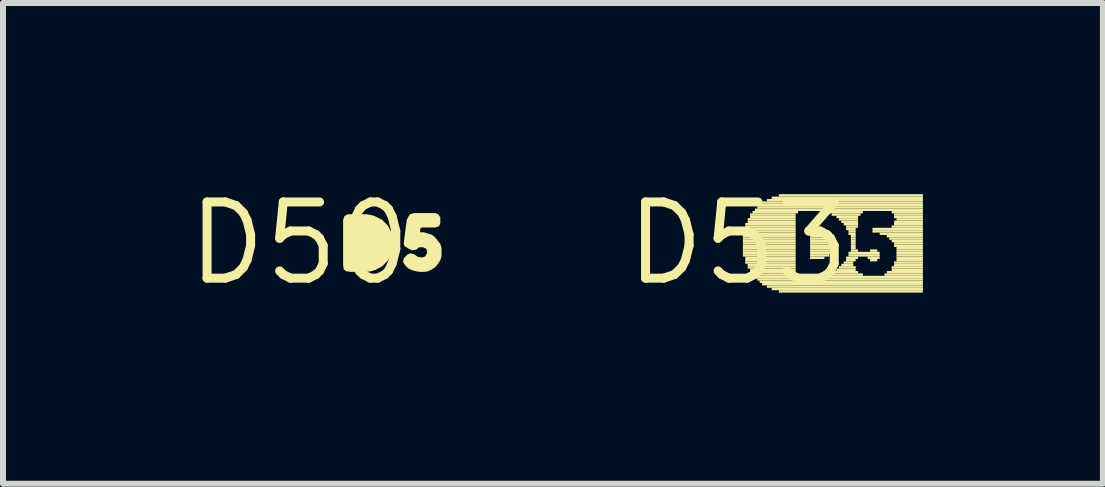
<source format=kicad_pcb>
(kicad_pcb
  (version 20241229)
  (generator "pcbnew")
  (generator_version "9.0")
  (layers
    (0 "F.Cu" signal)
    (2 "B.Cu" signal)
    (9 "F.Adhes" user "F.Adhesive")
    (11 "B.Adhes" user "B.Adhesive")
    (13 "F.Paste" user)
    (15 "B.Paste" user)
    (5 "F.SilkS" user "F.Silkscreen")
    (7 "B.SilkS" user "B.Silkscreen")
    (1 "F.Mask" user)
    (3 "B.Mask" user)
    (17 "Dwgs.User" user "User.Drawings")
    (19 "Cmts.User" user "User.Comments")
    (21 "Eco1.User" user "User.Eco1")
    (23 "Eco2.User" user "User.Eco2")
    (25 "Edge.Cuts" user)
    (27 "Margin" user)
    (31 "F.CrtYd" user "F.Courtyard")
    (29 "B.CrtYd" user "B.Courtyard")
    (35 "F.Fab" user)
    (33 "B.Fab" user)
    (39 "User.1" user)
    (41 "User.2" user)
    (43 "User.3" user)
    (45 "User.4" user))
  (footprint "D50"
    (layer "F.Cu")
    (at 1.943 1.006)
    (property "Reference" "D50" (at 0 0 0) (layer "F.SilkS") (effects (font (size 1.27 1.27) (thickness 0.15))))
    (fp_poly (pts (xy 1.181 -0.475) (xy 1.252 -0.455) (xy 1.373 -0.394) (xy 1.424 -0.344) (xy 1.474 -0.293) (xy 1.504 -0.232) (xy 1.535 -0.182) (xy 1.555 -0.111) (xy 1.565 -0.04) (xy 1.565 0.03) (xy 1.555 0.101) (xy 1.535 0.162) (xy 1.474 0.283) (xy 1.424 0.334) (xy 1.373 0.384) (xy 1.312 0.414) (xy 1.258 0.447) (xy 1.256 0.443) (xy 1.191 0.465) (xy 1.12 0.475) (xy 0.85 0.475) (xy 0.778 0.465) (xy 0.735 0.433) (xy 0.725 0.36) (xy 0.725 -0.391) (xy 0.746 -0.453) (xy 0.799 -0.485) (xy 1.12 -0.485)) (stroke (width 0) (type default)) (fill yes) (layer "F.SilkS"))
    (fp_poly (pts (xy 2.313 -0.484) (xy 2.345 -0.431) (xy 2.345 -0.339) (xy 2.324 -0.286) (xy 2.261 -0.265) (xy 2.051 -0.265) (xy 2.015 -0.256) (xy 2.006 -0.185) (xy 2.071 -0.185) (xy 2.131 -0.165) (xy 2.202 -0.145) (xy 2.254 -0.104) (xy 2.304 -0.043) (xy 2.345 0.008) (xy 2.365 0.079) (xy 2.365 0.211) (xy 2.345 0.282) (xy 2.304 0.343) (xy 2.263 0.394) (xy 2.203 0.434) (xy 2.142 0.465) (xy 2.08 0.475) (xy 2.01 0.475) (xy 1.939 0.465) (xy 1.868 0.445) (xy 1.807 0.414) (xy 1.756 0.363) (xy 1.725 0.311) (xy 1.735 0.248) (xy 1.797 0.186) (xy 1.85 0.165) (xy 1.912 0.185) (xy 1.972 0.225) (xy 2.04 0.235) (xy 2.096 0.216) (xy 2.125 0.159) (xy 2.115 0.093) (xy 2.059 0.065) (xy 1.992 0.065) (xy 1.942 0.105) (xy 1.879 0.115) (xy 1.808 0.084) (xy 1.746 0.043) (xy 1.735 0.000299) (xy 1.785 -0.391) (xy 1.806 -0.432) (xy 1.837 -0.484) (xy 1.909 -0.505) (xy 2.261 -0.505)) (stroke (width 0) (type default)) (fill yes) (layer "F.SilkS")))
  (footprint "D53"
    (layer "F.Cu")
    (at 9.25 1.006)
    (property "Reference" "D53" (at 0 0 0) (layer "F.SilkS") (effects (font (size 1.27 1.27) (thickness 0.15))))
    (fp_poly (pts (xy 0.08 -0.18) (xy 0.96 -0.18) (xy 0.96 -0.22) (xy 0.08 -0.22)) (stroke (width 0) (type default)) (fill yes) (layer "F.SilkS"))
    (fp_poly (pts (xy 0.08 -0.14) (xy 0.96 -0.14) (xy 0.96 -0.18) (xy 0.08 -0.18)) (stroke (width 0) (type default)) (fill yes) (layer "F.SilkS"))
    (fp_poly (pts (xy 0.08 -0.1) (xy 0.96 -0.1) (xy 0.96 -0.14) (xy 0.08 -0.14)) (stroke (width 0) (type default)) (fill yes) (layer "F.SilkS"))
    (fp_poly (pts (xy 0.08 -0.06) (xy 0.96 -0.06) (xy 0.96 -0.1) (xy 0.08 -0.1)) (stroke (width 0) (type default)) (fill yes) (layer "F.SilkS"))
    (fp_poly (pts (xy 0.08 -0.02) (xy 0.96 -0.02) (xy 0.96 -0.06) (xy 0.08 -0.06)) (stroke (width 0) (type default)) (fill yes) (layer "F.SilkS"))
    (fp_poly (pts (xy 0.08 0.02) (xy 0.96 0.02) (xy 0.96 -0.02) (xy 0.08 -0.02)) (stroke (width 0) (type default)) (fill yes) (layer "F.SilkS"))
    (fp_poly (pts (xy 0.08 0.06) (xy 0.96 0.06) (xy 0.96 0.02) (xy 0.08 0.02)) (stroke (width 0) (type default)) (fill yes) (layer "F.SilkS"))
    (fp_poly (pts (xy 0.08 0.1) (xy 0.96 0.1) (xy 0.96 0.06) (xy 0.08 0.06)) (stroke (width 0) (type default)) (fill yes) (layer "F.SilkS"))
    (fp_poly (pts (xy 0.08 0.14) (xy 0.96 0.14) (xy 0.96 0.1) (xy 0.08 0.1)) (stroke (width 0) (type default)) (fill yes) (layer "F.SilkS"))
    (fp_poly (pts (xy 0.08 0.18) (xy 0.96 0.18) (xy 0.96 0.14) (xy 0.08 0.14)) (stroke (width 0) (type default)) (fill yes) (layer "F.SilkS"))
    (fp_poly (pts (xy 0.08 0.22) (xy 0.96 0.22) (xy 0.96 0.18) (xy 0.08 0.18)) (stroke (width 0) (type default)) (fill yes) (layer "F.SilkS"))
    (fp_poly (pts (xy 0.12 -0.3) (xy 0.96 -0.3) (xy 0.96 -0.34) (xy 0.12 -0.34)) (stroke (width 0) (type default)) (fill yes) (layer "F.SilkS"))
    (fp_poly (pts (xy 0.12 -0.26) (xy 0.96 -0.26) (xy 0.96 -0.3) (xy 0.12 -0.3)) (stroke (width 0) (type default)) (fill yes) (layer "F.SilkS"))
    (fp_poly (pts (xy 0.12 -0.22) (xy 0.96 -0.22) (xy 0.96 -0.26) (xy 0.12 -0.26)) (stroke (width 0) (type default)) (fill yes) (layer "F.SilkS"))
    (fp_poly (pts (xy 0.12 0.26) (xy 0.96 0.26) (xy 0.96 0.22) (xy 0.12 0.22)) (stroke (width 0) (type default)) (fill yes) (layer "F.SilkS"))
    (fp_poly (pts (xy 0.12 0.3) (xy 0.96 0.3) (xy 0.96 0.26) (xy 0.12 0.26)) (stroke (width 0) (type default)) (fill yes) (layer "F.SilkS"))
    (fp_poly (pts (xy 0.12 0.34) (xy 0.96 0.34) (xy 0.96 0.3) (xy 0.12 0.3)) (stroke (width 0) (type default)) (fill yes) (layer "F.SilkS"))
    (fp_poly (pts (xy 0.16 -0.38) (xy 0.96 -0.38) (xy 0.96 -0.42) (xy 0.16 -0.42)) (stroke (width 0) (type default)) (fill yes) (layer "F.SilkS"))
    (fp_poly (pts (xy 0.16 -0.34) (xy 0.96 -0.34) (xy 0.96 -0.38) (xy 0.16 -0.38)) (stroke (width 0) (type default)) (fill yes) (layer "F.SilkS"))
    (fp_poly (pts (xy 0.16 0.38) (xy 0.96 0.38) (xy 0.96 0.34) (xy 0.16 0.34)) (stroke (width 0) (type default)) (fill yes) (layer "F.SilkS"))
    (fp_poly (pts (xy 0.16 0.42) (xy 0.96 0.42) (xy 0.96 0.38) (xy 0.16 0.38)) (stroke (width 0) (type default)) (fill yes) (layer "F.SilkS"))
    (fp_poly (pts (xy 0.2 -0.46) (xy 0.96 -0.46) (xy 0.96 -0.5) (xy 0.2 -0.5)) (stroke (width 0) (type default)) (fill yes) (layer "F.SilkS"))
    (fp_poly (pts (xy 0.2 -0.42) (xy 0.96 -0.42) (xy 0.96 -0.46) (xy 0.2 -0.46)) (stroke (width 0) (type default)) (fill yes) (layer "F.SilkS"))
    (fp_poly (pts (xy 0.2 0.46) (xy 0.96 0.46) (xy 0.96 0.42) (xy 0.2 0.42)) (stroke (width 0) (type default)) (fill yes) (layer "F.SilkS"))
    (fp_poly (pts (xy 0.2 0.5) (xy 0.96 0.5) (xy 0.96 0.46) (xy 0.2 0.46)) (stroke (width 0) (type default)) (fill yes) (layer "F.SilkS"))
    (fp_poly (pts (xy 0.24 -0.5) (xy 1 -0.5) (xy 1 -0.54) (xy 0.24 -0.54)) (stroke (width 0) (type default)) (fill yes) (layer "F.SilkS"))
    (fp_poly (pts (xy 0.24 0.54) (xy 1 0.54) (xy 1 0.5) (xy 0.24 0.5)) (stroke (width 0) (type default)) (fill yes) (layer "F.SilkS"))
    (fp_poly (pts (xy 0.28 -0.54) (xy 3.08 -0.54) (xy 3.08 -0.58) (xy 0.28 -0.58)) (stroke (width 0) (type default)) (fill yes) (layer "F.SilkS"))
    (fp_poly (pts (xy 0.28 0.58) (xy 3.08 0.58) (xy 3.08 0.54) (xy 0.28 0.54)) (stroke (width 0) (type default)) (fill yes) (layer "F.SilkS"))
    (fp_poly (pts (xy 0.32 -0.58) (xy 3.08 -0.58) (xy 3.08 -0.62) (xy 0.32 -0.62)) (stroke (width 0) (type default)) (fill yes) (layer "F.SilkS"))
    (fp_poly (pts (xy 0.32 0.62) (xy 3.08 0.62) (xy 3.08 0.58) (xy 0.32 0.58)) (stroke (width 0) (type default)) (fill yes) (layer "F.SilkS"))
    (fp_poly (pts (xy 0.36 -0.62) (xy 3.08 -0.62) (xy 3.08 -0.66) (xy 0.36 -0.66)) (stroke (width 0) (type default)) (fill yes) (layer "F.SilkS"))
    (fp_poly (pts (xy 0.36 0.66) (xy 3.08 0.66) (xy 3.08 0.62) (xy 0.36 0.62)) (stroke (width 0) (type default)) (fill yes) (layer "F.SilkS"))
    (fp_poly (pts (xy 0.4 -0.66) (xy 3.08 -0.66) (xy 3.08 -0.7) (xy 0.4 -0.7)) (stroke (width 0) (type default)) (fill yes) (layer "F.SilkS"))
    (fp_poly (pts (xy 0.4 0.7) (xy 3.08 0.7) (xy 3.08 0.66) (xy 0.4 0.66)) (stroke (width 0) (type default)) (fill yes) (layer "F.SilkS"))
    (fp_poly (pts (xy 0.48 -0.7) (xy 3.08 -0.7) (xy 3.08 -0.74) (xy 0.48 -0.74)) (stroke (width 0) (type default)) (fill yes) (layer "F.SilkS"))
    (fp_poly (pts (xy 0.48 0.74) (xy 3.08 0.74) (xy 3.08 0.7) (xy 0.48 0.7)) (stroke (width 0) (type default)) (fill yes) (layer "F.SilkS"))
    (fp_poly (pts (xy 0.56 -0.74) (xy 3.08 -0.74) (xy 3.08 -0.78) (xy 0.56 -0.78)) (stroke (width 0) (type default)) (fill yes) (layer "F.SilkS"))
    (fp_poly (pts (xy 0.56 0.78) (xy 3.08 0.78) (xy 3.08 0.74) (xy 0.56 0.74)) (stroke (width 0) (type default)) (fill yes) (layer "F.SilkS"))
    (fp_poly (pts (xy 0.68 -0.78) (xy 3.08 -0.78) (xy 3.08 -0.82) (xy 0.68 -0.82)) (stroke (width 0) (type default)) (fill yes) (layer "F.SilkS"))
    (fp_poly (pts (xy 0.68 0.82) (xy 3.08 0.82) (xy 3.08 0.78) (xy 0.68 0.78)) (stroke (width 0) (type default)) (fill yes) (layer "F.SilkS"))
    (fp_poly (pts (xy 1.2 -0.22) (xy 1.44 -0.22) (xy 1.44 -0.26) (xy 1.2 -0.26)) (stroke (width 0) (type default)) (fill yes) (layer "F.SilkS"))
    (fp_poly (pts (xy 1.2 -0.18) (xy 1.48 -0.18) (xy 1.48 -0.22) (xy 1.2 -0.22)) (stroke (width 0) (type default)) (fill yes) (layer "F.SilkS"))
    (fp_poly (pts (xy 1.2 -0.14) (xy 1.56 -0.14) (xy 1.56 -0.18) (xy 1.2 -0.18)) (stroke (width 0) (type default)) (fill yes) (layer "F.SilkS"))
    (fp_poly (pts (xy 1.2 -0.1) (xy 1.56 -0.1) (xy 1.56 -0.14) (xy 1.2 -0.14)) (stroke (width 0) (type default)) (fill yes) (layer "F.SilkS"))
    (fp_poly (pts (xy 1.2 -0.06) (xy 1.6 -0.06) (xy 1.6 -0.1) (xy 1.2 -0.1)) (stroke (width 0) (type default)) (fill yes) (layer "F.SilkS"))
    (fp_poly (pts (xy 1.2 -0.02) (xy 1.6 -0.02) (xy 1.6 -0.06) (xy 1.2 -0.06)) (stroke (width 0) (type default)) (fill yes) (layer "F.SilkS"))
    (fp_poly (pts (xy 1.2 0.02) (xy 1.6 0.02) (xy 1.6 -0.02) (xy 1.2 -0.02)) (stroke (width 0) (type default)) (fill yes) (layer "F.SilkS"))
    (fp_poly (pts (xy 1.2 0.06) (xy 1.6 0.06) (xy 1.6 0.02) (xy 1.2 0.02)) (stroke (width 0) (type default)) (fill yes) (layer "F.SilkS"))
    (fp_poly (pts (xy 1.2 0.1) (xy 1.6 0.1) (xy 1.6 0.06) (xy 1.2 0.06)) (stroke (width 0) (type default)) (fill yes) (layer "F.SilkS"))
    (fp_poly (pts (xy 1.2 0.14) (xy 1.56 0.14) (xy 1.56 0.1) (xy 1.2 0.1)) (stroke (width 0) (type default)) (fill yes) (layer "F.SilkS"))
    (fp_poly (pts (xy 1.2 0.18) (xy 1.56 0.18) (xy 1.56 0.14) (xy 1.2 0.14)) (stroke (width 0) (type default)) (fill yes) (layer "F.SilkS"))
    (fp_poly (pts (xy 1.2 0.22) (xy 1.52 0.22) (xy 1.52 0.18) (xy 1.2 0.18)) (stroke (width 0) (type default)) (fill yes) (layer "F.SilkS"))
    (fp_poly (pts (xy 1.2 0.26) (xy 1.44 0.26) (xy 1.44 0.22) (xy 1.2 0.22)) (stroke (width 0) (type default)) (fill yes) (layer "F.SilkS"))
    (fp_poly (pts (xy 1.44 -0.5) (xy 2.08 -0.5) (xy 2.08 -0.54) (xy 1.44 -0.54)) (stroke (width 0) (type default)) (fill yes) (layer "F.SilkS"))
    (fp_poly (pts (xy 1.48 0.54) (xy 2.08 0.54) (xy 2.08 0.5) (xy 1.48 0.5)) (stroke (width 0) (type default)) (fill yes) (layer "F.SilkS"))
    (fp_poly (pts (xy 1.56 -0.46) (xy 2.04 -0.46) (xy 2.04 -0.5) (xy 1.56 -0.5)) (stroke (width 0) (type default)) (fill yes) (layer "F.SilkS"))
    (fp_poly (pts (xy 1.6 0.5) (xy 2 0.5) (xy 2 0.46) (xy 1.6 0.46)) (stroke (width 0) (type default)) (fill yes) (layer "F.SilkS"))
    (fp_poly (pts (xy 1.64 -0.42) (xy 2 -0.42) (xy 2 -0.46) (xy 1.64 -0.46)) (stroke (width 0) (type default)) (fill yes) (layer "F.SilkS"))
    (fp_poly (pts (xy 1.64 0.46) (xy 1.96 0.46) (xy 1.96 0.42) (xy 1.64 0.42)) (stroke (width 0) (type default)) (fill yes) (layer "F.SilkS"))
    (fp_poly (pts (xy 1.68 -0.38) (xy 2 -0.38) (xy 2 -0.42) (xy 1.68 -0.42)) (stroke (width 0) (type default)) (fill yes) (layer "F.SilkS"))
    (fp_poly (pts (xy 1.68 0.42) (xy 1.96 0.42) (xy 1.96 0.38) (xy 1.68 0.38)) (stroke (width 0) (type default)) (fill yes) (layer "F.SilkS"))
    (fp_poly (pts (xy 1.72 -0.34) (xy 2 -0.34) (xy 2 -0.38) (xy 1.72 -0.38)) (stroke (width 0) (type default)) (fill yes) (layer "F.SilkS"))
    (fp_poly (pts (xy 1.72 0.38) (xy 1.92 0.38) (xy 1.92 0.34) (xy 1.72 0.34)) (stroke (width 0) (type default)) (fill yes) (layer "F.SilkS"))
    (fp_poly (pts (xy 1.76 -0.3) (xy 2 -0.3) (xy 2 -0.34) (xy 1.76 -0.34)) (stroke (width 0) (type default)) (fill yes) (layer "F.SilkS"))
    (fp_poly (pts (xy 1.76 0.34) (xy 1.92 0.34) (xy 1.92 0.3) (xy 1.76 0.3)) (stroke (width 0) (type default)) (fill yes) (layer "F.SilkS"))
    (fp_poly (pts (xy 1.8 -0.26) (xy 2 -0.26) (xy 2 -0.3) (xy 1.8 -0.3)) (stroke (width 0) (type default)) (fill yes) (layer "F.SilkS"))
    (fp_poly (pts (xy 1.8 -0.22) (xy 1.96 -0.22) (xy 1.96 -0.26) (xy 1.8 -0.26)) (stroke (width 0) (type default)) (fill yes) (layer "F.SilkS"))
    (fp_poly (pts (xy 1.8 0.26) (xy 2 0.26) (xy 2 0.22) (xy 1.8 0.22)) (stroke (width 0) (type default)) (fill yes) (layer "F.SilkS"))
    (fp_poly (pts (xy 1.8 0.3) (xy 1.96 0.3) (xy 1.96 0.26) (xy 1.8 0.26)) (stroke (width 0) (type default)) (fill yes) (layer "F.SilkS"))
    (fp_poly (pts (xy 1.84 -0.18) (xy 1.96 -0.18) (xy 1.96 -0.22) (xy 1.84 -0.22)) (stroke (width 0) (type default)) (fill yes) (layer "F.SilkS"))
    (fp_poly (pts (xy 1.84 -0.14) (xy 1.96 -0.14) (xy 1.96 -0.18) (xy 1.84 -0.18)) (stroke (width 0) (type default)) (fill yes) (layer "F.SilkS"))
    (fp_poly (pts (xy 1.84 0.18) (xy 2.36 0.18) (xy 2.36 0.14) (xy 1.84 0.14)) (stroke (width 0) (type default)) (fill yes) (layer "F.SilkS"))
    (fp_poly (pts (xy 1.84 0.22) (xy 2.36 0.22) (xy 2.36 0.18) (xy 1.84 0.18)) (stroke (width 0) (type default)) (fill yes) (layer "F.SilkS"))
    (fp_poly (pts (xy 1.88 -0.1) (xy 1.96 -0.1) (xy 1.96 -0.14) (xy 1.88 -0.14)) (stroke (width 0) (type default)) (fill yes) (layer "F.SilkS"))
    (fp_poly (pts (xy 1.88 -0.06) (xy 1.96 -0.06) (xy 1.96 -0.1) (xy 1.88 -0.1)) (stroke (width 0) (type default)) (fill yes) (layer "F.SilkS"))
    (fp_poly (pts (xy 1.88 -0.02) (xy 1.96 -0.02) (xy 1.96 -0.06) (xy 1.88 -0.06)) (stroke (width 0) (type default)) (fill yes) (layer "F.SilkS"))
    (fp_poly (pts (xy 1.88 0.02) (xy 1.96 0.02) (xy 1.96 -0.02) (xy 1.88 -0.02)) (stroke (width 0) (type default)) (fill yes) (layer "F.SilkS"))
    (fp_poly (pts (xy 1.88 0.06) (xy 1.96 0.06) (xy 1.96 0.02) (xy 1.88 0.02)) (stroke (width 0) (type default)) (fill yes) (layer "F.SilkS"))
    (fp_poly (pts (xy 1.88 0.1) (xy 1.96 0.1) (xy 1.96 0.06) (xy 1.88 0.06)) (stroke (width 0) (type default)) (fill yes) (layer "F.SilkS"))
    (fp_poly (pts (xy 1.88 0.14) (xy 2 0.14) (xy 2 0.1) (xy 1.88 0.1)) (stroke (width 0) (type default)) (fill yes) (layer "F.SilkS"))
    (fp_poly (pts (xy 2.16 0.26) (xy 2.36 0.26) (xy 2.36 0.22) (xy 2.16 0.22)) (stroke (width 0) (type default)) (fill yes) (layer "F.SilkS"))
    (fp_poly (pts (xy 2.2 0.14) (xy 2.32 0.14) (xy 2.32 0.1) (xy 2.2 0.1)) (stroke (width 0) (type default)) (fill yes) (layer "F.SilkS"))
    (fp_poly (pts (xy 2.2 0.3) (xy 2.32 0.3) (xy 2.32 0.26) (xy 2.2 0.26)) (stroke (width 0) (type default)) (fill yes) (layer "F.SilkS"))
    (fp_poly (pts (xy 2.24 -0.22) (xy 3.08 -0.22) (xy 3.08 -0.26) (xy 2.24 -0.26)) (stroke (width 0) (type default)) (fill yes) (layer "F.SilkS"))
    (fp_poly (pts (xy 2.24 -0.18) (xy 3.08 -0.18) (xy 3.08 -0.22) (xy 2.24 -0.22)) (stroke (width 0) (type default)) (fill yes) (layer "F.SilkS"))
    (fp_poly (pts (xy 2.36 -0.14) (xy 3.08 -0.14) (xy 3.08 -0.18) (xy 2.36 -0.18)) (stroke (width 0) (type default)) (fill yes) (layer "F.SilkS"))
    (fp_poly (pts (xy 2.44 0.54) (xy 3.08 0.54) (xy 3.08 0.5) (xy 2.44 0.5)) (stroke (width 0) (type default)) (fill yes) (layer "F.SilkS"))
    (fp_poly (pts (xy 2.48 -0.1) (xy 3.08 -0.1) (xy 3.08 -0.14) (xy 2.48 -0.14)) (stroke (width 0) (type default)) (fill yes) (layer "F.SilkS"))
    (fp_poly (pts (xy 2.48 0.5) (xy 3.08 0.5) (xy 3.08 0.46) (xy 2.48 0.46)) (stroke (width 0) (type default)) (fill yes) (layer "F.SilkS"))
    (fp_poly (pts (xy 2.52 -0.06) (xy 3.08 -0.06) (xy 3.08 -0.1) (xy 2.52 -0.1)) (stroke (width 0) (type default)) (fill yes) (layer "F.SilkS"))
    (fp_poly (pts (xy 2.56 -0.5) (xy 3.08 -0.5) (xy 3.08 -0.54) (xy 2.56 -0.54)) (stroke (width 0) (type default)) (fill yes) (layer "F.SilkS"))
    (fp_poly (pts (xy 2.56 -0.26) (xy 3.08 -0.26) (xy 3.08 -0.3) (xy 2.56 -0.3)) (stroke (width 0) (type default)) (fill yes) (layer "F.SilkS"))
    (fp_poly (pts (xy 2.56 -0.02) (xy 3.08 -0.02) (xy 3.08 -0.06) (xy 2.56 -0.06)) (stroke (width 0) (type default)) (fill yes) (layer "F.SilkS"))
    (fp_poly (pts (xy 2.56 0.42) (xy 3.08 0.42) (xy 3.08 0.38) (xy 2.56 0.38)) (stroke (width 0) (type default)) (fill yes) (layer "F.SilkS"))
    (fp_poly (pts (xy 2.56 0.46) (xy 3.08 0.46) (xy 3.08 0.42) (xy 2.56 0.42)) (stroke (width 0) (type default)) (fill yes) (layer "F.SilkS"))
    (fp_poly (pts (xy 2.6 -0.46) (xy 3.08 -0.46) (xy 3.08 -0.5) (xy 2.6 -0.5)) (stroke (width 0) (type default)) (fill yes) (layer "F.SilkS"))
    (fp_poly (pts (xy 2.6 -0.42) (xy 3.08 -0.42) (xy 3.08 -0.46) (xy 2.6 -0.46)) (stroke (width 0) (type default)) (fill yes) (layer "F.SilkS"))
    (fp_poly (pts (xy 2.6 -0.34) (xy 3.08 -0.34) (xy 3.08 -0.38) (xy 2.6 -0.38)) (stroke (width 0) (type default)) (fill yes) (layer "F.SilkS"))
    (fp_poly (pts (xy 2.6 -0.3) (xy 3.08 -0.3) (xy 3.08 -0.34) (xy 2.6 -0.34)) (stroke (width 0) (type default)) (fill yes) (layer "F.SilkS"))
    (fp_poly (pts (xy 2.6 0.02) (xy 3.08 0.02) (xy 3.08 -0.02) (xy 2.6 -0.02)) (stroke (width 0) (type default)) (fill yes) (layer "F.SilkS"))
    (fp_poly (pts (xy 2.6 0.06) (xy 3.08 0.06) (xy 3.08 0.02) (xy 2.6 0.02)) (stroke (width 0) (type default)) (fill yes) (layer "F.SilkS"))
    (fp_poly (pts (xy 2.6 0.34) (xy 3.08 0.34) (xy 3.08 0.3) (xy 2.6 0.3)) (stroke (width 0) (type default)) (fill yes) (layer "F.SilkS"))
    (fp_poly (pts (xy 2.6 0.38) (xy 3.08 0.38) (xy 3.08 0.34) (xy 2.6 0.34)) (stroke (width 0) (type default)) (fill yes) (layer "F.SilkS"))
    (fp_poly (pts (xy 2.64 -0.38) (xy 3.08 -0.38) (xy 3.08 -0.42) (xy 2.64 -0.42)) (stroke (width 0) (type default)) (fill yes) (layer "F.SilkS"))
    (fp_poly (pts (xy 2.64 0.1) (xy 3.08 0.1) (xy 3.08 0.06) (xy 2.64 0.06)) (stroke (width 0) (type default)) (fill yes) (layer "F.SilkS"))
    (fp_poly (pts (xy 2.64 0.14) (xy 3.08 0.14) (xy 3.08 0.1) (xy 2.64 0.1)) (stroke (width 0) (type default)) (fill yes) (layer "F.SilkS"))
    (fp_poly (pts (xy 2.64 0.18) (xy 3.08 0.18) (xy 3.08 0.14) (xy 2.64 0.14)) (stroke (width 0) (type default)) (fill yes) (layer "F.SilkS"))
    (fp_poly (pts (xy 2.64 0.22) (xy 3.08 0.22) (xy 3.08 0.18) (xy 2.64 0.18)) (stroke (width 0) (type default)) (fill yes) (layer "F.SilkS"))
    (fp_poly (pts (xy 2.64 0.26) (xy 3.08 0.26) (xy 3.08 0.22) (xy 2.64 0.22)) (stroke (width 0) (type default)) (fill yes) (layer "F.SilkS"))
    (fp_poly (pts (xy 2.64 0.3) (xy 3.08 0.3) (xy 3.08 0.26) (xy 2.64 0.26)) (stroke (width 0) (type default)) (fill yes) (layer "F.SilkS")))
  (gr_rect
    (start -3 -3)
    (end 15.33 5.012)
    (stroke (width 0.1) (type default))
    (fill no)
    (layer "Edge.Cuts")))
</source>
